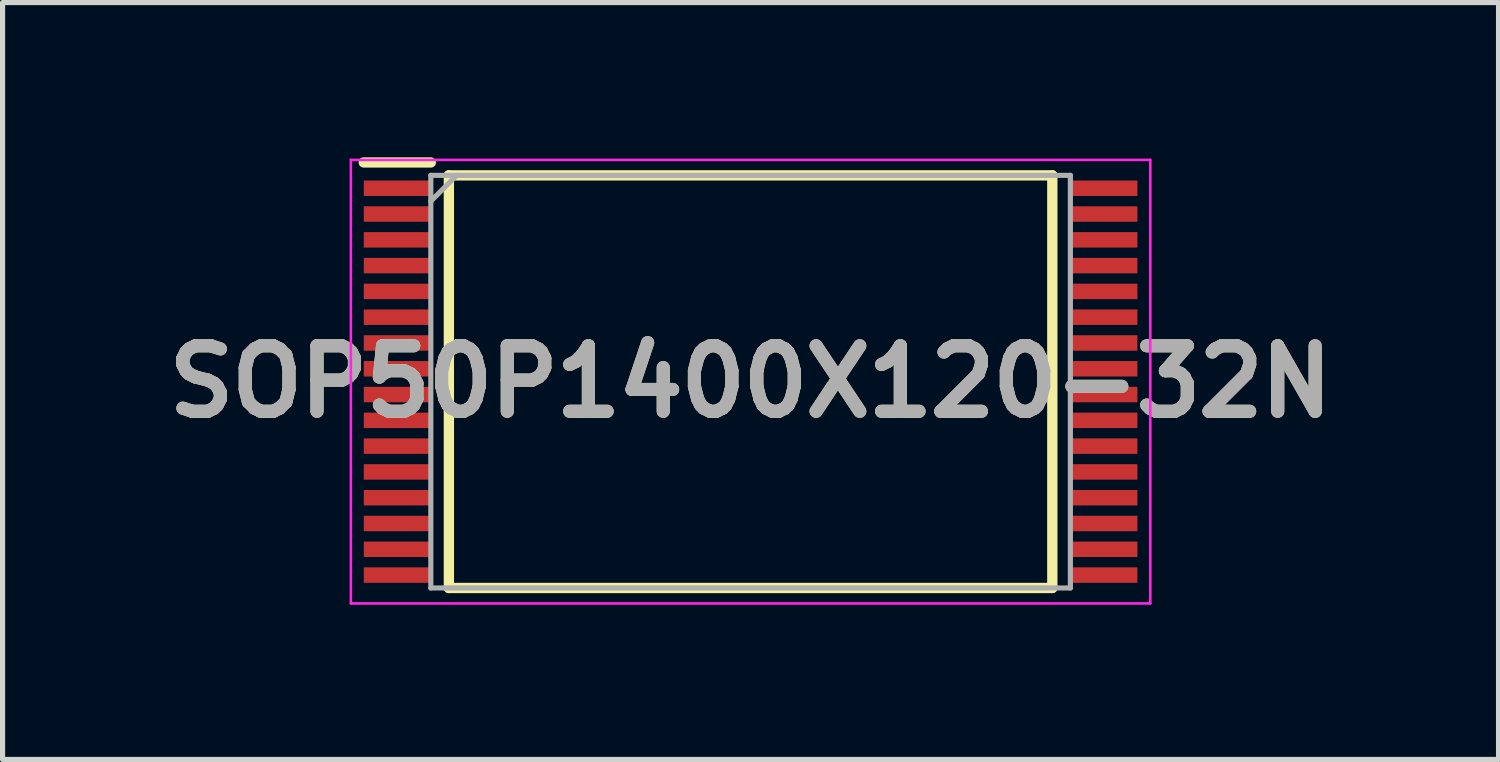
<source format=kicad_pcb>
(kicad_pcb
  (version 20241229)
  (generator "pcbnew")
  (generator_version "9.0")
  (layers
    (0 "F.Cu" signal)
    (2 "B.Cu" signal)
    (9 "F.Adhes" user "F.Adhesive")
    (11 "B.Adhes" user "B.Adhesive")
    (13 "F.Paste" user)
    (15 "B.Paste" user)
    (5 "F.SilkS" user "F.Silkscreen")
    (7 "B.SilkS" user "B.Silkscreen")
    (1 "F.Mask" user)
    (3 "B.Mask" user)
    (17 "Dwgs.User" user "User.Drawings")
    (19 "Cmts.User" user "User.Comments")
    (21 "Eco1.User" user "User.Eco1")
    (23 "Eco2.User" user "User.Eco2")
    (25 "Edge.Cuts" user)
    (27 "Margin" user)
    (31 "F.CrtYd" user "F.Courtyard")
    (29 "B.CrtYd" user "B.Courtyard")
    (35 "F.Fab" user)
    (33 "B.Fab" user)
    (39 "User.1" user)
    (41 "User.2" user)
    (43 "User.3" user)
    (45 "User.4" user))
  (footprint "SOP50P1400X120-32N"
    (layer "F.Cu")
    (at 11.503 4.35)
    (property "Reference" "SOP50P1400X120-32N" (at 0 0 0) (layer "F.SilkS") (effects (font (size 1.27 1.27) (thickness 0.254))))
    (attr smd)
    (fp_line (start -7.5 -4.25) (end -6.2 -4.25) (stroke (width 0.2) (type solid)) (layer "F.SilkS"))
    (fp_line (start -5.85 -4) (end 5.85 -4) (stroke (width 0.2) (type solid)) (layer "F.SilkS"))
    (fp_line (start -5.85 4) (end -5.85 -4) (stroke (width 0.2) (type solid)) (layer "F.SilkS"))
    (fp_line (start 5.85 -4) (end 5.85 4) (stroke (width 0.2) (type solid)) (layer "F.SilkS"))
    (fp_line (start 5.85 4) (end -5.85 4) (stroke (width 0.2) (type solid)) (layer "F.SilkS"))
    (fp_line (start -7.75 -4.3) (end 7.75 -4.3) (stroke (width 0.05) (type solid)) (layer "F.CrtYd"))
    (fp_line (start -7.75 4.3) (end -7.75 -4.3) (stroke (width 0.05) (type solid)) (layer "F.CrtYd"))
    (fp_line (start 7.75 -4.3) (end 7.75 4.3) (stroke (width 0.05) (type solid)) (layer "F.CrtYd"))
    (fp_line (start 7.75 4.3) (end -7.75 4.3) (stroke (width 0.05) (type solid)) (layer "F.CrtYd"))
    (fp_line (start -6.2 -4) (end 6.2 -4) (stroke (width 0.1) (type solid)) (layer "F.Fab"))
    (fp_line (start -6.2 -3.5) (end -5.7 -4) (stroke (width 0.1) (type solid)) (layer "F.Fab"))
    (fp_line (start -6.2 4) (end -6.2 -4) (stroke (width 0.1) (type solid)) (layer "F.Fab"))
    (fp_line (start 6.2 -4) (end 6.2 4) (stroke (width 0.1) (type solid)) (layer "F.Fab"))
    (fp_line (start 6.2 4) (end -6.2 4) (stroke (width 0.1) (type solid)) (layer "F.Fab"))
    (fp_text user "${REFERENCE}" (at 0 0 0) (layer "F.Fab") (effects (font (size 1.27 1.27) (thickness 0.254))))
    (pad "1" smd rect (at -6.85 -3.75 90) (size 0.3 1.3) (layers "F.Cu" "F.Mask" "F.Paste"))
    (pad "2" smd rect (at -6.85 -3.25 90) (size 0.3 1.3) (layers "F.Cu" "F.Mask" "F.Paste"))
    (pad "3" smd rect (at -6.85 -2.75 90) (size 0.3 1.3) (layers "F.Cu" "F.Mask" "F.Paste"))
    (pad "4" smd rect (at -6.85 -2.25 90) (size 0.3 1.3) (layers "F.Cu" "F.Mask" "F.Paste"))
    (pad "5" smd rect (at -6.85 -1.75 90) (size 0.3 1.3) (layers "F.Cu" "F.Mask" "F.Paste"))
    (pad "6" smd rect (at -6.85 -1.25 90) (size 0.3 1.3) (layers "F.Cu" "F.Mask" "F.Paste"))
    (pad "7" smd rect (at -6.85 -0.75 90) (size 0.3 1.3) (layers "F.Cu" "F.Mask" "F.Paste"))
    (pad "8" smd rect (at -6.85 -0.25 90) (size 0.3 1.3) (layers "F.Cu" "F.Mask" "F.Paste"))
    (pad "9" smd rect (at -6.85 0.25 90) (size 0.3 1.3) (layers "F.Cu" "F.Mask" "F.Paste"))
    (pad "10" smd rect (at -6.85 0.75 90) (size 0.3 1.3) (layers "F.Cu" "F.Mask" "F.Paste"))
    (pad "11" smd rect (at -6.85 1.25 90) (size 0.3 1.3) (layers "F.Cu" "F.Mask" "F.Paste"))
    (pad "12" smd rect (at -6.85 1.75 90) (size 0.3 1.3) (layers "F.Cu" "F.Mask" "F.Paste"))
    (pad "13" smd rect (at -6.85 2.25 90) (size 0.3 1.3) (layers "F.Cu" "F.Mask" "F.Paste"))
    (pad "14" smd rect (at -6.85 2.75 90) (size 0.3 1.3) (layers "F.Cu" "F.Mask" "F.Paste"))
    (pad "15" smd rect (at -6.85 3.25 90) (size 0.3 1.3) (layers "F.Cu" "F.Mask" "F.Paste"))
    (pad "16" smd rect (at -6.85 3.75 90) (size 0.3 1.3) (layers "F.Cu" "F.Mask" "F.Paste"))
    (pad "17" smd rect (at 6.85 3.75 90) (size 0.3 1.3) (layers "F.Cu" "F.Mask" "F.Paste"))
    (pad "18" smd rect (at 6.85 3.25 90) (size 0.3 1.3) (layers "F.Cu" "F.Mask" "F.Paste"))
    (pad "19" smd rect (at 6.85 2.75 90) (size 0.3 1.3) (layers "F.Cu" "F.Mask" "F.Paste"))
    (pad "20" smd rect (at 6.85 2.25 90) (size 0.3 1.3) (layers "F.Cu" "F.Mask" "F.Paste"))
    (pad "21" smd rect (at 6.85 1.75 90) (size 0.3 1.3) (layers "F.Cu" "F.Mask" "F.Paste"))
    (pad "22" smd rect (at 6.85 1.25 90) (size 0.3 1.3) (layers "F.Cu" "F.Mask" "F.Paste"))
    (pad "23" smd rect (at 6.85 0.75 90) (size 0.3 1.3) (layers "F.Cu" "F.Mask" "F.Paste"))
    (pad "24" smd rect (at 6.85 0.25 90) (size 0.3 1.3) (layers "F.Cu" "F.Mask" "F.Paste"))
    (pad "25" smd rect (at 6.85 -0.25 90) (size 0.3 1.3) (layers "F.Cu" "F.Mask" "F.Paste"))
    (pad "26" smd rect (at 6.85 -0.75 90) (size 0.3 1.3) (layers "F.Cu" "F.Mask" "F.Paste"))
    (pad "27" smd rect (at 6.85 -1.25 90) (size 0.3 1.3) (layers "F.Cu" "F.Mask" "F.Paste"))
    (pad "28" smd rect (at 6.85 -1.75 90) (size 0.3 1.3) (layers "F.Cu" "F.Mask" "F.Paste"))
    (pad "29" smd rect (at 6.85 -2.25 90) (size 0.3 1.3) (layers "F.Cu" "F.Mask" "F.Paste"))
    (pad "30" smd rect (at 6.85 -2.75 90) (size 0.3 1.3) (layers "F.Cu" "F.Mask" "F.Paste"))
    (pad "31" smd rect (at 6.85 -3.25 90) (size 0.3 1.3) (layers "F.Cu" "F.Mask" "F.Paste"))
    (pad "32" smd rect (at 6.85 -3.75 90) (size 0.3 1.3) (layers "F.Cu" "F.Mask" "F.Paste")))
  (gr_rect
    (start -3 -3)
    (end 26.005 11.675)
    (stroke (width 0.1) (type default))
    (fill no)
    (layer "Edge.Cuts")))
</source>
